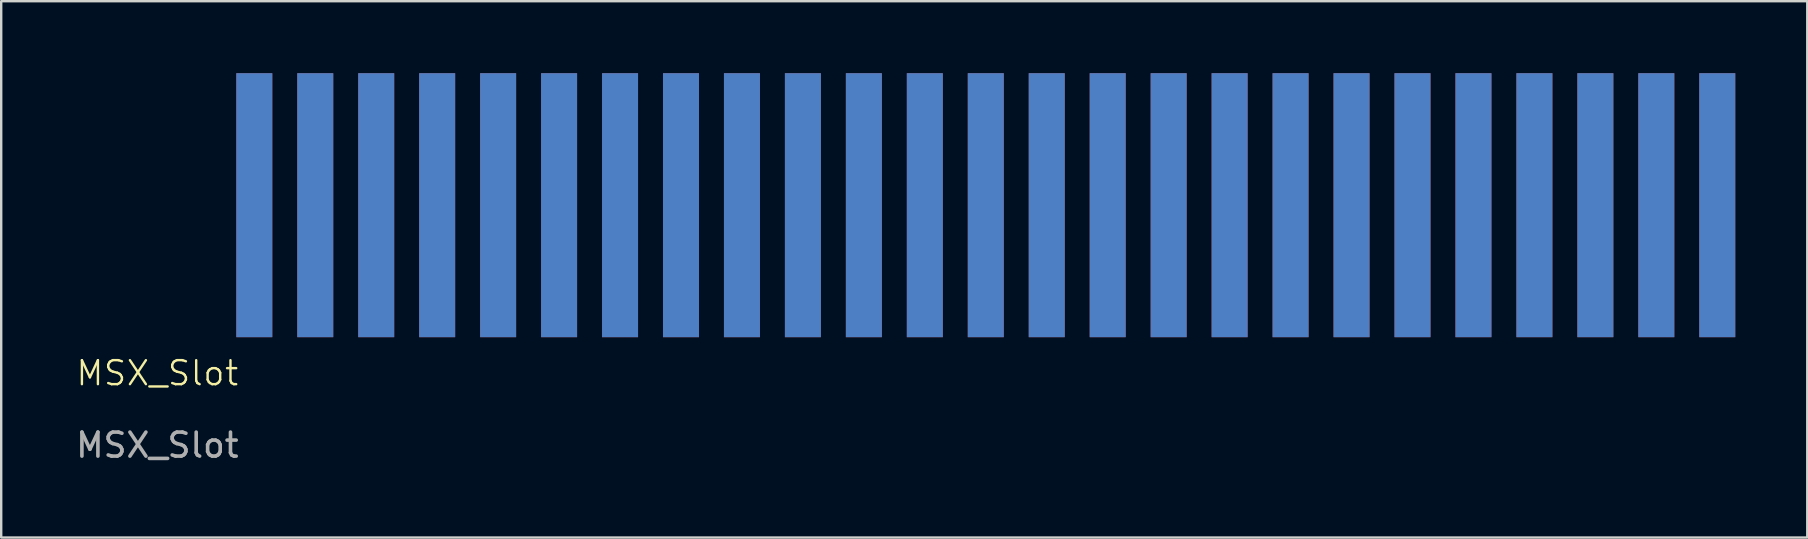
<source format=kicad_pcb>
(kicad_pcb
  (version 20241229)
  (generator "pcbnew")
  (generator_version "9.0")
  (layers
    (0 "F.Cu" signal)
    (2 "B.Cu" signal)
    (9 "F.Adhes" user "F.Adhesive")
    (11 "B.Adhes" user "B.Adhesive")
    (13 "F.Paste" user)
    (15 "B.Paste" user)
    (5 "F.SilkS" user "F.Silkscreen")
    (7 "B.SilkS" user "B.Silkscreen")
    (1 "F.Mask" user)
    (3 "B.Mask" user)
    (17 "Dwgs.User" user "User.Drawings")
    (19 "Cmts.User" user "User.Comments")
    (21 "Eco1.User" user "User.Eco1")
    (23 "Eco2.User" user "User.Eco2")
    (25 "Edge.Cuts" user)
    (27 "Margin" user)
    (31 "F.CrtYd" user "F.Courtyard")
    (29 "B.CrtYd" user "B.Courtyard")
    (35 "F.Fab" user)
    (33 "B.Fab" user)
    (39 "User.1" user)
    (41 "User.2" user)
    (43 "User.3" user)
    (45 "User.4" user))
  (footprint "MSX_Slot"
    (layer "F.Cu")
    (at 3.506 13)
    (property "Reference" "MSX_Slot" (at 0 -0.5 0) (unlocked yes) (layer "F.SilkS") (effects (font (size 1 1) (thickness 0.1))))
    (fp_text user "${REFERENCE}" (at 0 2.5 0) (unlocked yes) (layer "F.Fab") (effects (font (size 1 1) (thickness 0.15))))
    (pad "1" connect rect (at 65 -7.5) (size 1.5 11) (layers "B.Cu" "B.Mask"))
    (pad "2" connect rect (at 65 -7.5) (size 1.5 11) (layers "F.Cu" "F.Mask"))
    (pad "3" connect rect (at 62.46 -7.5) (size 1.5 11) (layers "B.Cu" "B.Mask"))
    (pad "4" connect rect (at 62.46 -7.5) (size 1.5 11) (layers "F.Cu" "F.Mask"))
    (pad "5" connect rect (at 59.92 -7.5) (size 1.5 11) (layers "B.Cu" "B.Mask"))
    (pad "6" connect rect (at 59.92 -7.5) (size 1.5 11) (layers "F.Cu" "F.Mask"))
    (pad "7" connect rect (at 57.38 -7.5) (size 1.5 11) (layers "B.Cu" "B.Mask"))
    (pad "8" connect rect (at 57.38 -7.5) (size 1.5 11) (layers "F.Cu" "F.Mask"))
    (pad "9" connect rect (at 54.84 -7.5) (size 1.5 11) (layers "B.Cu" "B.Mask"))
    (pad "10" connect rect (at 54.84 -7.5) (size 1.5 11) (layers "F.Cu" "F.Mask"))
    (pad "11" connect rect (at 52.3 -7.5) (size 1.5 11) (layers "B.Cu" "B.Mask"))
    (pad "12" connect rect (at 52.3 -7.5) (size 1.5 11) (layers "F.Cu" "F.Mask"))
    (pad "13" connect rect (at 49.76 -7.5) (size 1.5 11) (layers "B.Cu" "B.Mask"))
    (pad "14" connect rect (at 49.76 -7.5) (size 1.5 11) (layers "F.Cu" "F.Mask"))
    (pad "15" connect rect (at 47.22 -7.5) (size 1.5 11) (layers "B.Cu" "B.Mask"))
    (pad "16" connect rect (at 47.22 -7.5) (size 1.5 11) (layers "F.Cu" "F.Mask"))
    (pad "17" connect rect (at 44.68 -7.5) (size 1.5 11) (layers "B.Cu" "B.Mask"))
    (pad "18" connect rect (at 44.68 -7.5) (size 1.5 11) (layers "F.Cu" "F.Mask"))
    (pad "19" connect rect (at 42.14 -7.5) (size 1.5 11) (layers "B.Cu" "B.Mask"))
    (pad "20" connect rect (at 42.14 -7.5) (size 1.5 11) (layers "F.Cu" "F.Mask"))
    (pad "21" connect rect (at 39.6 -7.5) (size 1.5 11) (layers "B.Cu" "B.Mask"))
    (pad "22" connect rect (at 39.6 -7.5) (size 1.5 11) (layers "F.Cu" "F.Mask"))
    (pad "23" connect rect (at 37.06 -7.5) (size 1.5 11) (layers "B.Cu" "B.Mask"))
    (pad "24" connect rect (at 37.06 -7.5) (size 1.5 11) (layers "F.Cu" "F.Mask"))
    (pad "25" connect rect (at 34.52 -7.5) (size 1.5 11) (layers "B.Cu" "B.Mask"))
    (pad "26" connect rect (at 34.52 -7.5) (size 1.5 11) (layers "F.Cu" "F.Mask"))
    (pad "27" connect rect (at 31.98 -7.5) (size 1.5 11) (layers "B.Cu" "B.Mask"))
    (pad "28" connect rect (at 31.98 -7.5) (size 1.5 11) (layers "F.Cu" "F.Mask"))
    (pad "29" connect rect (at 29.44 -7.5) (size 1.5 11) (layers "B.Cu" "B.Mask"))
    (pad "30" connect rect (at 29.44 -7.5) (size 1.5 11) (layers "F.Cu" "F.Mask"))
    (pad "31" connect rect (at 26.9 -7.5) (size 1.5 11) (layers "B.Cu" "B.Mask"))
    (pad "32" connect rect (at 26.9 -7.5) (size 1.5 11) (layers "F.Cu" "F.Mask"))
    (pad "33" connect rect (at 24.36 -7.5) (size 1.5 11) (layers "B.Cu" "B.Mask"))
    (pad "34" connect rect (at 24.36 -7.5) (size 1.5 11) (layers "F.Cu" "F.Mask"))
    (pad "35" connect rect (at 21.82 -7.5) (size 1.5 11) (layers "B.Cu" "B.Mask"))
    (pad "36" connect rect (at 21.82 -7.5) (size 1.5 11) (layers "F.Cu" "F.Mask"))
    (pad "37" connect rect (at 19.28 -7.5) (size 1.5 11) (layers "B.Cu" "B.Mask"))
    (pad "38" connect rect (at 19.28 -7.5) (size 1.5 11) (layers "F.Cu" "F.Mask"))
    (pad "39" connect rect (at 16.74 -7.5) (size 1.5 11) (layers "B.Cu" "B.Mask"))
    (pad "40" connect rect (at 16.74 -7.5) (size 1.5 11) (layers "F.Cu" "F.Mask"))
    (pad "41" connect rect (at 14.2 -7.5) (size 1.5 11) (layers "B.Cu" "B.Mask"))
    (pad "42" connect rect (at 14.2 -7.5) (size 1.5 11) (layers "F.Cu" "F.Mask"))
    (pad "43" connect rect (at 11.66 -7.5) (size 1.5 11) (layers "B.Cu" "B.Mask"))
    (pad "44" connect rect (at 11.66 -7.5) (size 1.5 11) (layers "F.Cu" "F.Mask"))
    (pad "45" connect rect (at 9.12 -7.5) (size 1.5 11) (layers "B.Cu" "B.Mask"))
    (pad "46" connect rect (at 9.12 -7.5) (size 1.5 11) (layers "F.Cu" "F.Mask"))
    (pad "47" connect rect (at 6.58 -7.5) (size 1.5 11) (layers "B.Cu" "B.Mask"))
    (pad "48" connect rect (at 6.58 -7.5) (size 1.5 11) (layers "F.Cu" "F.Mask"))
    (pad "49" connect rect (at 4.04 -7.5) (size 1.5 11) (layers "B.Cu" "B.Mask"))
    (pad "50" connect rect (at 4.04 -7.5) (size 1.5 11) (layers "F.Cu" "F.Mask")))
  (gr_rect
    (start -3 -3)
    (end 72.256 19.348)
    (stroke (width 0.1) (type default))
    (fill no)
    (layer "Edge.Cuts")))
</source>
